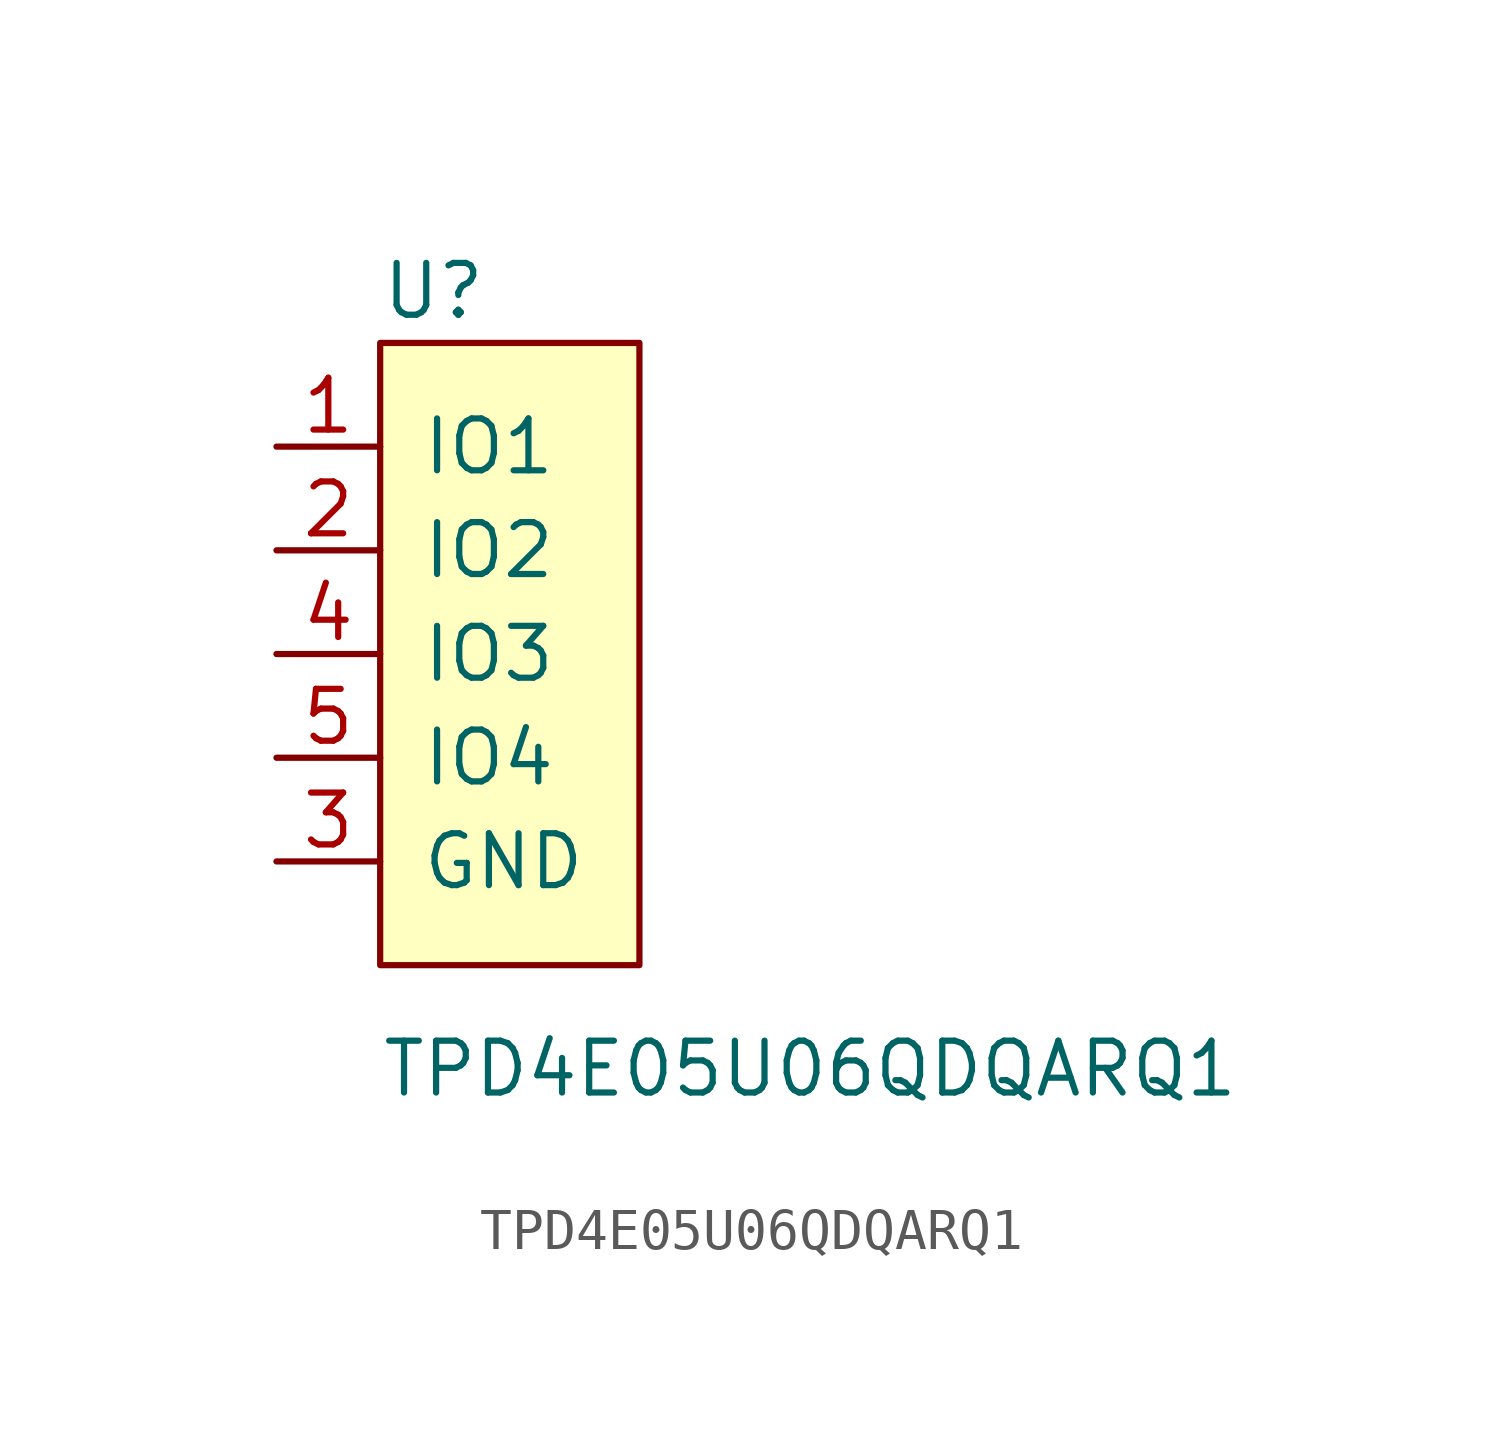
<source format=kicad_sym>
(kicad_symbol_lib
  (version 20211014)
  (generator kicad_symbol_editor)
  (symbol "TPD4E05U06QDQARQ1"
    (pin_names
      (offset 0.991))
    (property "Reference" "U"
      (at 1.27 8.89 0)
      (effects (font (size 1.27 1.27)) (justify left)))
    (property "Value" "TPD4E05U06QDQARQ1"
      (at 1.27 -10.16 0)
      (effects (font (size 1.27 1.27)) (justify left)))
    (symbol "TPD4E05U06QDQARQ1_1_1"
      (rectangle (start 1.27 7.62) (end 7.62 -7.62) (stroke (width 0) (type default) (color 0 0 0 0)) (fill (type background)))
      (pin passive line (at -1.27 5.08 0) (length 2.54) (name "IO1" (effects (font (size 1.27 1.27)))) (number "1" (effects (font (size 1.27 1.27)))))
      (pin passive line (at -1.27 5.08 0) (length 2.54) hide (name "IO1" (effects (font (size 1.016 1.016)))) (number "10" (effects (font (size 1.016 1.016)))))
      (pin passive line (at -1.27 2.54 0) (length 2.54) (name "IO2" (effects (font (size 1.27 1.27)))) (number "2" (effects (font (size 1.27 1.27)))))
      (pin passive line (at -1.27 -5.08 0) (length 2.54) (name "GND" (effects (font (size 1.27 1.27)))) (number "3" (effects (font (size 1.27 1.27)))))
      (pin passive line (at -1.27 0 0) (length 2.54) (name "IO3" (effects (font (size 1.27 1.27)))) (number "4" (effects (font (size 1.27 1.27)))))
      (pin passive line (at -1.27 -2.54 0) (length 2.54) (name "IO4" (effects (font (size 1.27 1.27)))) (number "5" (effects (font (size 1.27 1.27)))))
      (pin passive line (at -1.27 -2.54 0) (length 2.54) hide (name "IO4" (effects (font (size 1.016 1.016)))) (number "6" (effects (font (size 1.016 1.016)))))
      (pin passive line (at -1.27 0 0) (length 2.54) hide (name "IO3" (effects (font (size 1.016 1.016)))) (number "7" (effects (font (size 1.016 1.016)))))
      (pin passive line (at -1.27 -5.08 0) (length 2.54) hide (name "GND" (effects (font (size 1.016 1.016)))) (number "8" (effects (font (size 1.016 1.016)))))
      (pin passive line (at -1.27 2.54 0) (length 2.54) hide (name "IO2" (effects (font (size 1.016 1.016)))) (number "9" (effects (font (size 1.016 1.016))))))))
</source>
